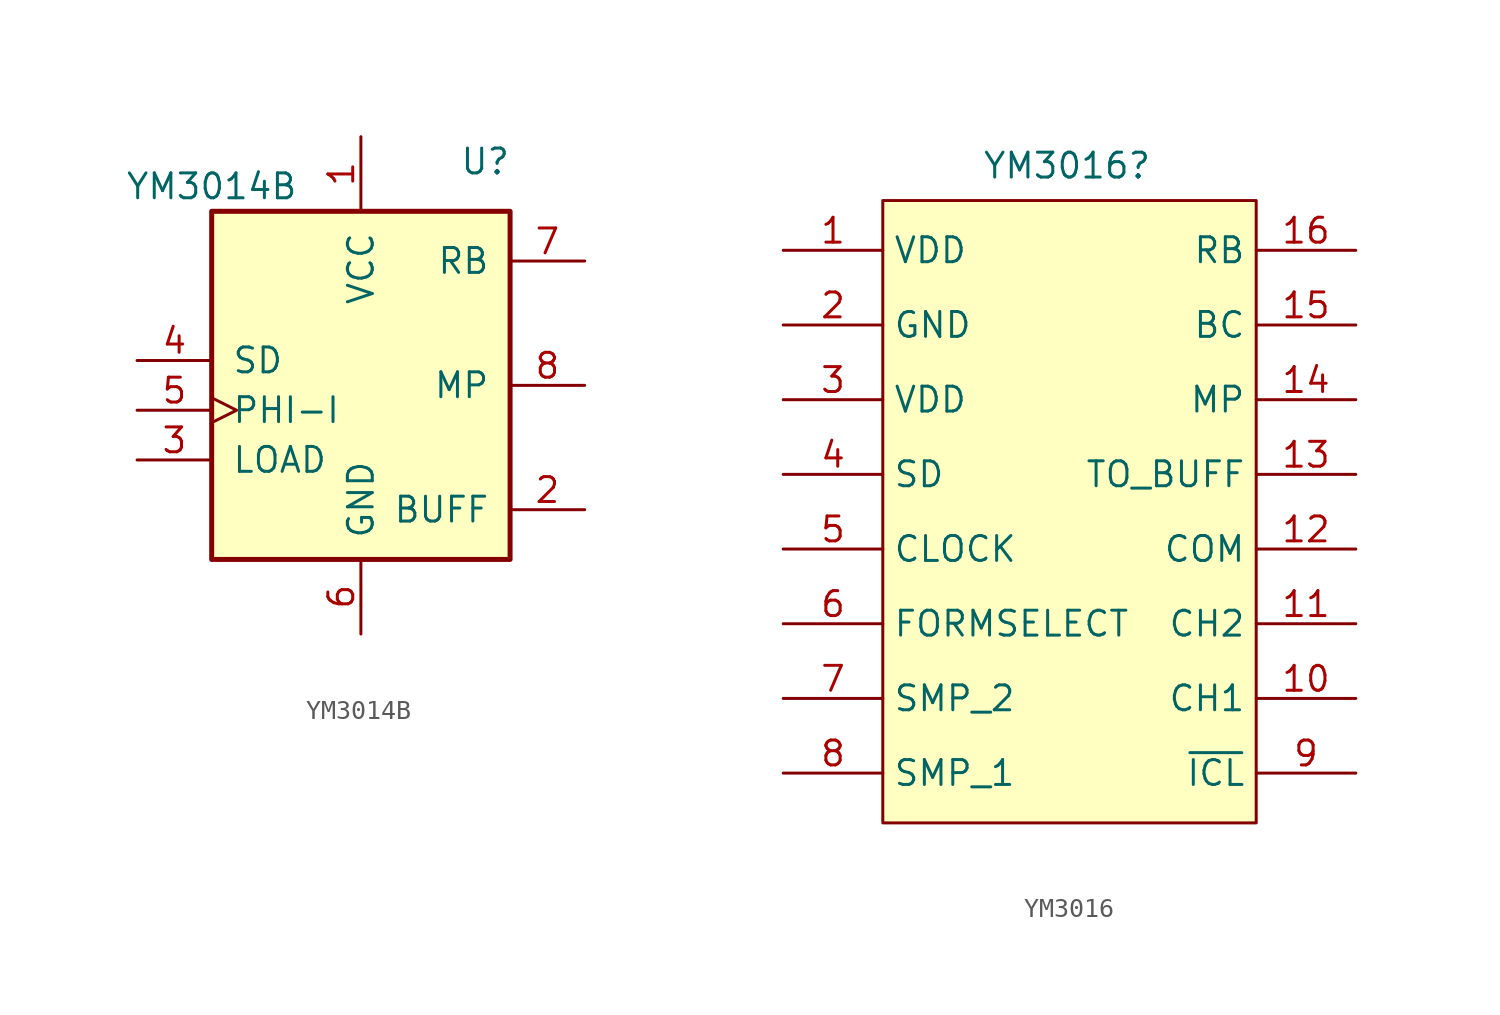
<source format=kicad_sym>
(kicad_symbol_lib
  (version 20220914)
  (generator kicad_symbol_editor)
  (symbol "YM3014B"
    (pin_names
      (offset 1.016))
    (property "Reference" "U"
      (at 6.35 12.7 0)
      (effects (font (size 1.27 1.27))))
    (property "Value" "YM3014B"
      (at -7.62 11.43 0)
      (effects (font (size 1.27 1.27))))
    (symbol "YM3014B_0_1"
      (rectangle (start -7.62 10.16) (end 7.62 -7.62) (stroke (width 0.254) (type solid)) (fill (type background))))
    (symbol "YM3014B_1_1"
      (pin power_in line (at 0 13.97 270) (length 3.81) (name "VCC" (effects (font (size 1.27 1.27)))) (number "1" (effects (font (size 1.27 1.27)))))
      (pin output line (at 11.43 -5.08 180) (length 3.81) (name "BUFF" (effects (font (size 1.27 1.27)))) (number "2" (effects (font (size 1.27 1.27)))))
      (pin input line (at -11.43 -2.54 0) (length 3.81) (name "LOAD" (effects (font (size 1.27 1.27)))) (number "3" (effects (font (size 1.27 1.27)))))
      (pin input line (at -11.43 2.54 0) (length 3.81) (name "SD" (effects (font (size 1.27 1.27)))) (number "4" (effects (font (size 1.27 1.27)))))
      (pin input clock (at -11.43 0 0) (length 3.81) (name "PHI-I" (effects (font (size 1.27 1.27)))) (number "5" (effects (font (size 1.27 1.27)))))
      (pin power_in line (at 0 -11.43 90) (length 3.81) (name "GND" (effects (font (size 1.27 1.27)))) (number "6" (effects (font (size 1.27 1.27)))))
      (pin output line (at 11.43 7.62 180) (length 3.81) (name "RB" (effects (font (size 1.27 1.27)))) (number "7" (effects (font (size 1.27 1.27)))))
      (pin input line (at 11.43 1.27 180) (length 3.81) (name "MP" (effects (font (size 1.27 1.27)))) (number "8" (effects (font (size 1.27 1.27)))))))
  (symbol "YM3016"
    (property "Reference" "YM3016"
      (at -0.762 18.288 0)
      (effects (font (size 1.27 1.27))))
    (property "Value" ""
      (at -0.254 0.762 0)
      (effects (font (size 1.27 1.27))))
    (symbol "YM3016_0_1"
      (rectangle (start -10.16 16.51) (end 8.89 -15.24) (stroke (width 0) (type solid)) (fill (type background))))
    (symbol "YM3016_1_1"
      (pin power_in line (at -15.24 13.97 0) (length 5.08) (name "VDD" (effects (font (size 1.27 1.27)))) (number "1" (effects (font (size 1.27 1.27)))))
      (pin output line (at 13.97 -8.89 180) (length 5.08) (name "CH1" (effects (font (size 1.27 1.27)))) (number "10" (effects (font (size 1.27 1.27)))))
      (pin output line (at 13.97 -5.08 180) (length 5.08) (name "CH2" (effects (font (size 1.27 1.27)))) (number "11" (effects (font (size 1.27 1.27)))))
      (pin bidirectional line (at 13.97 -1.27 180) (length 5.08) (name "COM" (effects (font (size 1.27 1.27)))) (number "12" (effects (font (size 1.27 1.27)))))
      (pin bidirectional line (at 13.97 2.54 180) (length 5.08) (name "TO_BUFF" (effects (font (size 1.27 1.27)))) (number "13" (effects (font (size 1.27 1.27)))))
      (pin bidirectional line (at 13.97 6.35 180) (length 5.08) (name "MP" (effects (font (size 1.27 1.27)))) (number "14" (effects (font (size 1.27 1.27)))))
      (pin bidirectional line (at 13.97 10.16 180) (length 5.08) (name "BC" (effects (font (size 1.27 1.27)))) (number "15" (effects (font (size 1.27 1.27)))))
      (pin bidirectional line (at 13.97 13.97 180) (length 5.08) (name "RB" (effects (font (size 1.27 1.27)))) (number "16" (effects (font (size 1.27 1.27)))))
      (pin power_in line (at -15.24 10.16 0) (length 5.08) (name "GND" (effects (font (size 1.27 1.27)))) (number "2" (effects (font (size 1.27 1.27)))))
      (pin power_in line (at -15.24 6.35 0) (length 5.08) (name "VDD" (effects (font (size 1.27 1.27)))) (number "3" (effects (font (size 1.27 1.27)))))
      (pin input line (at -15.24 2.54 0) (length 5.08) (name "SD" (effects (font (size 1.27 1.27)))) (number "4" (effects (font (size 1.27 1.27)))))
      (pin input line (at -15.24 -1.27 0) (length 5.08) (name "CLOCK" (effects (font (size 1.27 1.27)))) (number "5" (effects (font (size 1.27 1.27)))))
      (pin input line (at -15.24 -5.08 0) (length 5.08) (name "FORMSELECT" (effects (font (size 1.27 1.27)))) (number "6" (effects (font (size 1.27 1.27)))))
      (pin input line (at -15.24 -8.89 0) (length 5.08) (name "SMP_2" (effects (font (size 1.27 1.27)))) (number "7" (effects (font (size 1.27 1.27)))))
      (pin input line (at -15.24 -12.7 0) (length 5.08) (name "SMP_1" (effects (font (size 1.27 1.27)))) (number "8" (effects (font (size 1.27 1.27)))))
      (pin input line (at 13.97 -12.7 180) (length 5.08) (name "~{ICL}" (effects (font (size 1.27 1.27)))) (number "9" (effects (font (size 1.27 1.27))))))))
</source>
